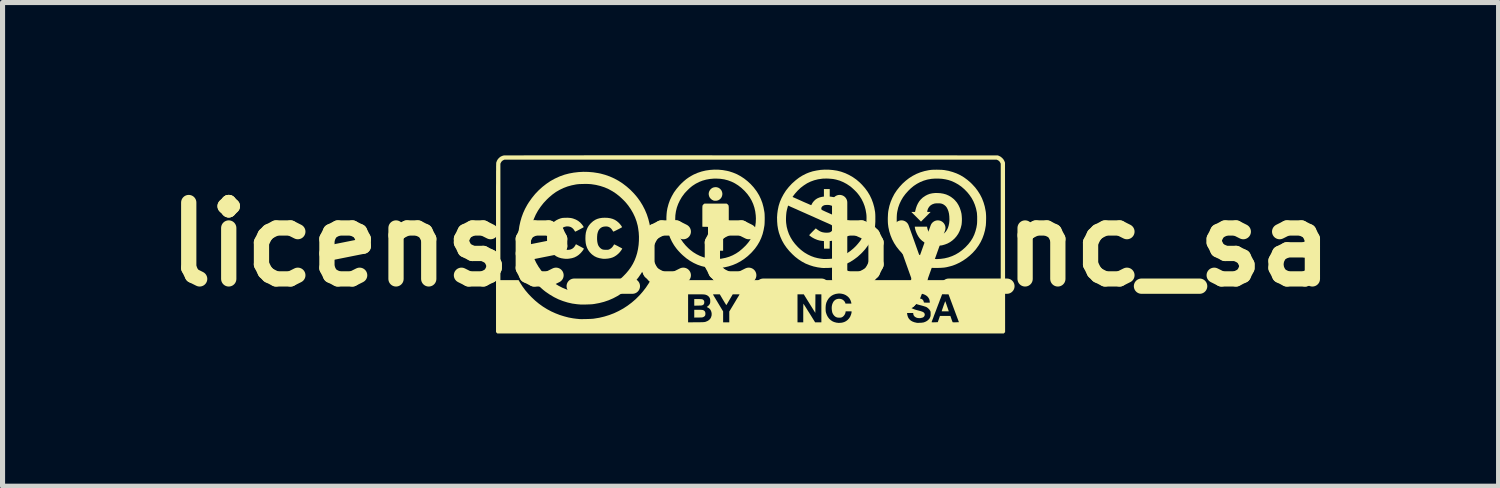
<source format=kicad_pcb>
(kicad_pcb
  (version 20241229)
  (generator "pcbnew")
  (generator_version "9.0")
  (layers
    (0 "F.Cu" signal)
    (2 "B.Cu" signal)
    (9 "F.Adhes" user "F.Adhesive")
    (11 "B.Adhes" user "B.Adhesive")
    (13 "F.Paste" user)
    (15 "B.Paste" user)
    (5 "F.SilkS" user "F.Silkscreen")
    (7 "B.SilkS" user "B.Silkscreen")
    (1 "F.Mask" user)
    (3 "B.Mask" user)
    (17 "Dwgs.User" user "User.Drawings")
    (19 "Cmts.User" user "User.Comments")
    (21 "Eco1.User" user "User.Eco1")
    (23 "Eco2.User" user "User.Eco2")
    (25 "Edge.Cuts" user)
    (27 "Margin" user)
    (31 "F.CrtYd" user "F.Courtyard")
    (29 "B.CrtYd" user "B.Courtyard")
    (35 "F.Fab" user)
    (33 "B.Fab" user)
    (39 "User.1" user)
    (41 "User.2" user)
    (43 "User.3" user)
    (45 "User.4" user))
  (footprint "license_cc_by_nc_sa"
    (layer "F.Cu")
    (at 11.693 1.75)
    (property "Reference" "license_cc_by_nc_sa" (at 0 0 0) (layer "F.SilkS") (effects (font (size 1.5 1.5) (thickness 0.3))))
    (attr board_only exclude_from_pos_files exclude_from_bom)
    (fp_poly (pts (xy 3.828 1.127) (xy 3.831 1.134) (xy 3.836 1.147) (xy 3.842 1.165) (xy 3.85 1.187) (xy 3.858 1.212) (xy 3.864 1.228) (xy 3.894 1.316) (xy 3.824 1.316) (xy 3.802 1.316) (xy 3.782 1.316) (xy 3.767 1.315) (xy 3.757 1.314) (xy 3.754 1.313) (xy 3.755 1.309) (xy 3.759 1.298) (xy 3.764 1.283) (xy 3.771 1.263) (xy 3.779 1.24) (xy 3.787 1.216) (xy 3.796 1.191) (xy 3.805 1.167) (xy 3.813 1.144) (xy 3.819 1.129) (xy 3.824 1.115)) (stroke (width 0) (type solid)) (fill yes) (layer "F.SilkS"))
    (fp_poly (pts (xy -1.028 1.075) (xy -1.001 1.075) (xy -0.981 1.076) (xy -0.966 1.077) (xy -0.955 1.078) (xy -0.948 1.08) (xy -0.942 1.082) (xy -0.938 1.084) (xy -0.922 1.096) (xy -0.913 1.11) (xy -0.909 1.128) (xy -0.909 1.136) (xy -0.911 1.158) (xy -0.918 1.175) (xy -0.931 1.188) (xy -0.939 1.192) (xy -0.945 1.195) (xy -0.952 1.198) (xy -0.96 1.199) (xy -0.971 1.201) (xy -0.987 1.201) (xy -1.007 1.202) (xy -1.03 1.203) (xy -1.106 1.204) (xy -1.106 1.139) (xy -1.106 1.074)) (stroke (width 0) (type solid)) (fill yes) (layer "F.SilkS"))
    (fp_poly (pts (xy -0.998 1.285) (xy -0.976 1.286) (xy -0.958 1.287) (xy -0.946 1.288) (xy -0.936 1.29) (xy -0.933 1.291) (xy -0.913 1.301) (xy -0.899 1.315) (xy -0.89 1.333) (xy -0.887 1.357) (xy -0.887 1.365) (xy -0.889 1.387) (xy -0.896 1.404) (xy -0.91 1.417) (xy -0.924 1.426) (xy -0.931 1.429) (xy -0.938 1.432) (xy -0.945 1.433) (xy -0.955 1.435) (xy -0.969 1.436) (xy -0.987 1.436) (xy -1.011 1.437) (xy -1.024 1.437) (xy -1.106 1.438) (xy -1.106 1.362) (xy -1.106 1.285) (xy -1.028 1.285)) (stroke (width 0) (type solid)) (fill yes) (layer "F.SilkS"))
    (fp_poly (pts (xy -0.661 -1.122) (xy -0.631 -1.112) (xy -0.612 -1.101) (xy -0.589 -1.081) (xy -0.571 -1.057) (xy -0.56 -1.03) (xy -0.554 -1.002) (xy -0.555 -0.972) (xy -0.562 -0.944) (xy -0.575 -0.917) (xy -0.589 -0.899) (xy -0.612 -0.879) (xy -0.637 -0.865) (xy -0.666 -0.858) (xy -0.682 -0.857) (xy -0.704 -0.857) (xy -0.722 -0.859) (xy -0.727 -0.861) (xy -0.757 -0.875) (xy -0.781 -0.895) (xy -0.801 -0.918) (xy -0.814 -0.945) (xy -0.821 -0.973) (xy -0.822 -1.002) (xy -0.816 -1.032) (xy -0.802 -1.06) (xy -0.795 -1.071) (xy -0.774 -1.093) (xy -0.749 -1.11) (xy -0.721 -1.12) (xy -0.691 -1.124)) (stroke (width 0) (type solid)) (fill yes) (layer "F.SilkS"))
    (fp_poly (pts (xy -0.457 -0.792) (xy -0.446 -0.782) (xy -0.436 -0.771) (xy -0.436 -0.77) (xy -0.434 -0.766) (xy -0.433 -0.763) (xy -0.431 -0.758) (xy -0.43 -0.752) (xy -0.43 -0.743) (xy -0.429 -0.732) (xy -0.428 -0.716) (xy -0.428 -0.697) (xy -0.428 -0.672) (xy -0.428 -0.642) (xy -0.428 -0.605) (xy -0.428 -0.561) (xy -0.428 -0.551) (xy -0.428 -0.346) (xy -0.483 -0.345) (xy -0.539 -0.344) (xy -0.539 -0.109) (xy -0.539 0.125) (xy -0.688 0.125) (xy -0.836 0.125) (xy -0.836 -0.109) (xy -0.836 -0.344) (xy -0.892 -0.345) (xy -0.947 -0.346) (xy -0.947 -0.551) (xy -0.947 -0.596) (xy -0.947 -0.634) (xy -0.947 -0.666) (xy -0.947 -0.692) (xy -0.947 -0.712) (xy -0.946 -0.729) (xy -0.946 -0.741) (xy -0.945 -0.75) (xy -0.944 -0.757) (xy -0.943 -0.762) (xy -0.941 -0.766) (xy -0.94 -0.769) (xy -0.939 -0.77) (xy -0.93 -0.781) (xy -0.919 -0.791) (xy -0.918 -0.792) (xy -0.905 -0.801) (xy -0.688 -0.801) (xy -0.47 -0.801)) (stroke (width 0) (type solid)) (fill yes) (layer "F.SilkS"))
    (fp_poly (pts (xy -2.807 -0.521) (xy -2.755 -0.513) (xy -2.708 -0.5) (xy -2.665 -0.481) (xy -2.625 -0.455) (xy -2.589 -0.424) (xy -2.584 -0.419) (xy -2.573 -0.407) (xy -2.561 -0.393) (xy -2.549 -0.378) (xy -2.538 -0.363) (xy -2.53 -0.35) (xy -2.525 -0.341) (xy -2.524 -0.337) (xy -2.527 -0.335) (xy -2.536 -0.33) (xy -2.55 -0.322) (xy -2.567 -0.313) (xy -2.587 -0.302) (xy -2.608 -0.292) (xy -2.629 -0.281) (xy -2.649 -0.271) (xy -2.667 -0.262) (xy -2.681 -0.256) (xy -2.691 -0.251) (xy -2.695 -0.25) (xy -2.698 -0.253) (xy -2.704 -0.261) (xy -2.712 -0.273) (xy -2.714 -0.276) (xy -2.734 -0.305) (xy -2.758 -0.327) (xy -2.785 -0.342) (xy -2.817 -0.351) (xy -2.842 -0.352) (xy -2.881 -0.349) (xy -2.914 -0.34) (xy -2.942 -0.324) (xy -2.966 -0.302) (xy -2.986 -0.274) (xy -3 -0.24) (xy -3.01 -0.2) (xy -3.014 -0.154) (xy -3.015 -0.104) (xy -3.012 -0.062) (xy -3.006 -0.027) (xy -2.998 0.003) (xy -2.987 0.028) (xy -2.972 0.05) (xy -2.957 0.067) (xy -2.94 0.082) (xy -2.923 0.093) (xy -2.904 0.101) (xy -2.882 0.105) (xy -2.854 0.107) (xy -2.842 0.107) (xy -2.822 0.107) (xy -2.807 0.107) (xy -2.796 0.105) (xy -2.787 0.103) (xy -2.777 0.099) (xy -2.769 0.095) (xy -2.74 0.077) (xy -2.715 0.053) (xy -2.695 0.025) (xy -2.693 0.022) (xy -2.687 0.011) (xy -2.681 0.003) (xy -2.679 0.000009) (xy -2.674 0.002) (xy -2.664 0.006) (xy -2.649 0.014) (xy -2.632 0.022) (xy -2.612 0.032) (xy -2.592 0.043) (xy -2.572 0.054) (xy -2.554 0.063) (xy -2.538 0.072) (xy -2.527 0.078) (xy -2.521 0.082) (xy -2.52 0.083) (xy -2.522 0.087) (xy -2.527 0.096) (xy -2.535 0.108) (xy -2.54 0.116) (xy -2.568 0.153) (xy -2.601 0.187) (xy -2.638 0.217) (xy -2.676 0.241) (xy -2.71 0.257) (xy -2.752 0.27) (xy -2.799 0.279) (xy -2.847 0.283) (xy -2.895 0.283) (xy -2.914 0.281) (xy -2.969 0.271) (xy -3.019 0.256) (xy -3.065 0.234) (xy -3.106 0.205) (xy -3.128 0.186) (xy -3.162 0.15) (xy -3.189 0.112) (xy -3.211 0.07) (xy -3.227 0.025) (xy -3.238 -0.025) (xy -3.243 -0.08) (xy -3.244 -0.119) (xy -3.242 -0.178) (xy -3.235 -0.231) (xy -3.222 -0.279) (xy -3.204 -0.323) (xy -3.181 -0.363) (xy -3.151 -0.401) (xy -3.13 -0.422) (xy -3.093 -0.455) (xy -3.053 -0.481) (xy -3.011 -0.5) (xy -2.966 -0.513) (xy -2.916 -0.521) (xy -2.865 -0.523)) (stroke (width 0) (type solid)) (fill yes) (layer "F.SilkS"))
    (fp_poly (pts (xy -3.562 -0.521) (xy -3.531 -0.518) (xy -3.502 -0.512) (xy -3.479 -0.505) (xy -3.43 -0.486) (xy -3.386 -0.461) (xy -3.346 -0.429) (xy -3.312 -0.392) (xy -3.294 -0.367) (xy -3.286 -0.355) (xy -3.28 -0.345) (xy -3.278 -0.339) (xy -3.278 -0.338) (xy -3.281 -0.336) (xy -3.29 -0.33) (xy -3.304 -0.322) (xy -3.321 -0.313) (xy -3.341 -0.302) (xy -3.361 -0.291) (xy -3.382 -0.28) (xy -3.401 -0.27) (xy -3.419 -0.261) (xy -3.432 -0.255) (xy -3.441 -0.251) (xy -3.444 -0.25) (xy -3.448 -0.253) (xy -3.454 -0.262) (xy -3.461 -0.273) (xy -3.461 -0.274) (xy -3.482 -0.303) (xy -3.507 -0.326) (xy -3.536 -0.342) (xy -3.568 -0.351) (xy -3.603 -0.353) (xy -3.62 -0.352) (xy -3.654 -0.344) (xy -3.684 -0.33) (xy -3.709 -0.31) (xy -3.729 -0.284) (xy -3.745 -0.251) (xy -3.757 -0.213) (xy -3.76 -0.191) (xy -3.763 -0.163) (xy -3.764 -0.132) (xy -3.763 -0.101) (xy -3.762 -0.071) (xy -3.759 -0.045) (xy -3.757 -0.031) (xy -3.747 0.001) (xy -3.734 0.031) (xy -3.717 0.057) (xy -3.703 0.072) (xy -3.681 0.088) (xy -3.656 0.099) (xy -3.627 0.106) (xy -3.603 0.108) (xy -3.565 0.107) (xy -3.531 0.099) (xy -3.5 0.084) (xy -3.473 0.062) (xy -3.451 0.034) (xy -3.442 0.019) (xy -3.43 -0.003) (xy -3.352 0.039) (xy -3.329 0.051) (xy -3.309 0.062) (xy -3.293 0.071) (xy -3.281 0.078) (xy -3.275 0.083) (xy -3.274 0.084) (xy -3.276 0.091) (xy -3.283 0.101) (xy -3.292 0.116) (xy -3.304 0.132) (xy -3.317 0.148) (xy -3.33 0.163) (xy -3.337 0.171) (xy -3.375 0.206) (xy -3.416 0.234) (xy -3.46 0.256) (xy -3.508 0.271) (xy -3.561 0.28) (xy -3.567 0.281) (xy -3.589 0.283) (xy -3.607 0.284) (xy -3.623 0.284) (xy -3.641 0.283) (xy -3.663 0.281) (xy -3.665 0.281) (xy -3.72 0.272) (xy -3.77 0.257) (xy -3.816 0.235) (xy -3.858 0.207) (xy -3.886 0.182) (xy -3.92 0.145) (xy -3.948 0.104) (xy -3.969 0.058) (xy -3.985 0.007) (xy -3.993 -0.027) (xy -3.996 -0.049) (xy -3.997 -0.076) (xy -3.998 -0.107) (xy -3.998 -0.139) (xy -3.997 -0.17) (xy -3.994 -0.197) (xy -3.991 -0.219) (xy -3.991 -0.22) (xy -3.977 -0.274) (xy -3.956 -0.323) (xy -3.929 -0.369) (xy -3.897 -0.409) (xy -3.859 -0.444) (xy -3.816 -0.474) (xy -3.769 -0.497) (xy -3.733 -0.51) (xy -3.717 -0.514) (xy -3.703 -0.518) (xy -3.687 -0.52) (xy -3.668 -0.521) (xy -3.645 -0.522) (xy -3.636 -0.522) (xy -3.596 -0.523)) (stroke (width 0) (type solid)) (fill yes) (layer "F.SilkS"))
    (fp_poly (pts (xy 3.724 -1.006) (xy 3.785 -0.996) (xy 3.842 -0.98) (xy 3.896 -0.956) (xy 3.945 -0.926) (xy 3.991 -0.89) (xy 4.015 -0.866) (xy 4.053 -0.821) (xy 4.084 -0.771) (xy 4.11 -0.716) (xy 4.13 -0.656) (xy 4.142 -0.608) (xy 4.146 -0.578) (xy 4.149 -0.543) (xy 4.151 -0.506) (xy 4.151 -0.468) (xy 4.149 -0.431) (xy 4.146 -0.399) (xy 4.144 -0.383) (xy 4.128 -0.32) (xy 4.106 -0.261) (xy 4.078 -0.206) (xy 4.043 -0.156) (xy 4.005 -0.113) (xy 3.962 -0.075) (xy 3.917 -0.043) (xy 3.869 -0.017) (xy 3.817 0.003) (xy 3.764 0.018) (xy 3.745 0.021) (xy 3.72 0.023) (xy 3.692 0.025) (xy 3.662 0.026) (xy 3.632 0.026) (xy 3.604 0.025) (xy 3.581 0.023) (xy 3.565 0.021) (xy 3.513 0.008) (xy 3.462 -0.012) (xy 3.415 -0.037) (xy 3.372 -0.068) (xy 3.335 -0.103) (xy 3.318 -0.123) (xy 3.296 -0.154) (xy 3.275 -0.191) (xy 3.257 -0.23) (xy 3.242 -0.269) (xy 3.232 -0.307) (xy 3.228 -0.328) (xy 3.226 -0.348) (xy 3.346 -0.348) (xy 3.467 -0.348) (xy 3.471 -0.321) (xy 3.481 -0.285) (xy 3.496 -0.253) (xy 3.518 -0.226) (xy 3.545 -0.205) (xy 3.577 -0.189) (xy 3.594 -0.184) (xy 3.616 -0.179) (xy 3.643 -0.176) (xy 3.67 -0.174) (xy 3.696 -0.175) (xy 3.709 -0.176) (xy 3.746 -0.185) (xy 3.779 -0.201) (xy 3.809 -0.223) (xy 3.836 -0.251) (xy 3.858 -0.285) (xy 3.877 -0.324) (xy 3.891 -0.368) (xy 3.901 -0.417) (xy 3.906 -0.47) (xy 3.906 -0.497) (xy 3.904 -0.551) (xy 3.898 -0.602) (xy 3.887 -0.648) (xy 3.872 -0.688) (xy 3.854 -0.723) (xy 3.832 -0.751) (xy 3.806 -0.773) (xy 3.804 -0.774) (xy 3.784 -0.787) (xy 3.766 -0.795) (xy 3.747 -0.801) (xy 3.726 -0.805) (xy 3.701 -0.806) (xy 3.682 -0.806) (xy 3.656 -0.806) (xy 3.636 -0.805) (xy 3.621 -0.803) (xy 3.607 -0.8) (xy 3.604 -0.799) (xy 3.566 -0.785) (xy 3.535 -0.765) (xy 3.51 -0.74) (xy 3.49 -0.71) (xy 3.476 -0.675) (xy 3.475 -0.669) (xy 3.471 -0.654) (xy 3.47 -0.645) (xy 3.472 -0.639) (xy 3.48 -0.637) (xy 3.493 -0.637) (xy 3.503 -0.637) (xy 3.537 -0.637) (xy 3.443 -0.542) (xy 3.348 -0.447) (xy 3.253 -0.542) (xy 3.158 -0.637) (xy 3.194 -0.637) (xy 3.231 -0.637) (xy 3.233 -0.648) (xy 3.248 -0.707) (xy 3.266 -0.759) (xy 3.288 -0.805) (xy 3.314 -0.847) (xy 3.344 -0.883) (xy 3.379 -0.916) (xy 3.384 -0.92) (xy 3.427 -0.95) (xy 3.472 -0.974) (xy 3.519 -0.992) (xy 3.57 -1.003) (xy 3.626 -1.009) (xy 3.658 -1.009)) (stroke (width 0) (type solid)) (fill yes) (layer "F.SilkS"))
    (fp_poly (pts (xy 3.692 -1.466) (xy 3.728 -1.465) (xy 3.76 -1.464) (xy 3.788 -1.461) (xy 3.803 -1.46) (xy 3.889 -1.444) (xy 3.971 -1.421) (xy 4.048 -1.393) (xy 4.122 -1.358) (xy 4.192 -1.316) (xy 4.259 -1.267) (xy 4.324 -1.211) (xy 4.353 -1.182) (xy 4.412 -1.118) (xy 4.463 -1.05) (xy 4.508 -0.979) (xy 4.546 -0.904) (xy 4.576 -0.826) (xy 4.6 -0.745) (xy 4.617 -0.659) (xy 4.622 -0.627) (xy 4.624 -0.602) (xy 4.626 -0.572) (xy 4.627 -0.537) (xy 4.627 -0.501) (xy 4.626 -0.463) (xy 4.625 -0.428) (xy 4.623 -0.396) (xy 4.621 -0.369) (xy 4.62 -0.363) (xy 4.605 -0.278) (xy 4.583 -0.197) (xy 4.555 -0.12) (xy 4.52 -0.046) (xy 4.478 0.024) (xy 4.429 0.092) (xy 4.416 0.108) (xy 4.363 0.167) (xy 4.304 0.222) (xy 4.241 0.273) (xy 4.174 0.319) (xy 4.105 0.359) (xy 4.035 0.392) (xy 3.994 0.408) (xy 3.964 0.419) (xy 3.928 0.429) (xy 3.889 0.439) (xy 3.851 0.448) (xy 3.816 0.454) (xy 3.809 0.455) (xy 3.789 0.457) (xy 3.764 0.459) (xy 3.734 0.461) (xy 3.702 0.462) (xy 3.669 0.463) (xy 3.636 0.463) (xy 3.607 0.463) (xy 3.581 0.462) (xy 3.562 0.461) (xy 3.561 0.461) (xy 3.474 0.448) (xy 3.392 0.428) (xy 3.313 0.402) (xy 3.238 0.368) (xy 3.165 0.328) (xy 3.096 0.28) (xy 3.029 0.225) (xy 2.98 0.18) (xy 2.92 0.114) (xy 2.866 0.046) (xy 2.82 -0.025) (xy 2.781 -0.099) (xy 2.75 -0.175) (xy 2.725 -0.255) (xy 2.707 -0.339) (xy 2.699 -0.402) (xy 2.697 -0.436) (xy 2.696 -0.476) (xy 2.696 -0.512) (xy 2.871 -0.512) (xy 2.871 -0.473) (xy 2.872 -0.436) (xy 2.875 -0.403) (xy 2.877 -0.389) (xy 2.892 -0.313) (xy 2.914 -0.24) (xy 2.942 -0.171) (xy 2.978 -0.105) (xy 3.021 -0.041) (xy 3.071 0.019) (xy 3.103 0.053) (xy 3.163 0.107) (xy 3.226 0.155) (xy 3.292 0.195) (xy 3.361 0.228) (xy 3.432 0.255) (xy 3.506 0.273) (xy 3.581 0.285) (xy 3.658 0.289) (xy 3.733 0.285) (xy 3.811 0.274) (xy 3.886 0.256) (xy 3.958 0.231) (xy 4.027 0.199) (xy 4.093 0.16) (xy 4.157 0.113) (xy 4.218 0.059) (xy 4.228 0.049) (xy 4.28 -0.007) (xy 4.325 -0.065) (xy 4.363 -0.126) (xy 4.394 -0.191) (xy 4.418 -0.259) (xy 4.437 -0.332) (xy 4.444 -0.374) (xy 4.448 -0.4) (xy 4.45 -0.433) (xy 4.451 -0.469) (xy 4.451 -0.507) (xy 4.451 -0.544) (xy 4.449 -0.579) (xy 4.447 -0.61) (xy 4.445 -0.627) (xy 4.429 -0.704) (xy 4.406 -0.777) (xy 4.377 -0.846) (xy 4.341 -0.912) (xy 4.297 -0.975) (xy 4.259 -1.022) (xy 4.202 -1.081) (xy 4.142 -1.133) (xy 4.079 -1.177) (xy 4.013 -1.214) (xy 3.944 -1.245) (xy 3.886 -1.264) (xy 3.825 -1.278) (xy 3.759 -1.288) (xy 3.691 -1.292) (xy 3.622 -1.292) (xy 3.554 -1.287) (xy 3.49 -1.276) (xy 3.47 -1.272) (xy 3.399 -1.251) (xy 3.331 -1.223) (xy 3.267 -1.189) (xy 3.205 -1.148) (xy 3.146 -1.099) (xy 3.095 -1.049) (xy 3.041 -0.988) (xy 2.995 -0.926) (xy 2.957 -0.861) (xy 2.925 -0.793) (xy 2.9 -0.723) (xy 2.883 -0.649) (xy 2.877 -0.615) (xy 2.874 -0.585) (xy 2.872 -0.55) (xy 2.871 -0.512) (xy 2.696 -0.512) (xy 2.696 -0.518) (xy 2.698 -0.562) (xy 2.7 -0.604) (xy 2.704 -0.643) (xy 2.709 -0.672) (xy 2.727 -0.756) (xy 2.753 -0.837) (xy 2.786 -0.915) (xy 2.825 -0.99) (xy 2.872 -1.061) (xy 2.927 -1.13) (xy 2.984 -1.192) (xy 3.048 -1.25) (xy 3.115 -1.302) (xy 3.185 -1.346) (xy 3.258 -1.384) (xy 3.335 -1.415) (xy 3.415 -1.439) (xy 3.5 -1.457) (xy 3.535 -1.462) (xy 3.558 -1.464) (xy 3.587 -1.466) (xy 3.62 -1.466) (xy 3.656 -1.467)) (stroke (width 0) (type solid)) (fill yes) (layer "F.SilkS"))
    (fp_poly (pts (xy -0.63 -1.467) (xy -0.545 -1.459) (xy -0.461 -1.444) (xy -0.419 -1.434) (xy -0.343 -1.409) (xy -0.268 -1.378) (xy -0.196 -1.339) (xy -0.127 -1.294) (xy -0.061 -1.242) (xy 0.001 -1.185) (xy 0.058 -1.123) (xy 0.11 -1.055) (xy 0.126 -1.032) (xy 0.168 -0.963) (xy 0.203 -0.889) (xy 0.232 -0.812) (xy 0.254 -0.73) (xy 0.27 -0.645) (xy 0.274 -0.619) (xy 0.276 -0.593) (xy 0.277 -0.562) (xy 0.278 -0.527) (xy 0.278 -0.489) (xy 0.277 -0.452) (xy 0.276 -0.417) (xy 0.274 -0.386) (xy 0.272 -0.369) (xy 0.257 -0.284) (xy 0.237 -0.203) (xy 0.209 -0.125) (xy 0.175 -0.052) (xy 0.133 0.019) (xy 0.085 0.086) (xy 0.029 0.15) (xy 0.01 0.17) (xy -0.056 0.232) (xy -0.125 0.286) (xy -0.197 0.333) (xy -0.271 0.373) (xy -0.349 0.406) (xy -0.43 0.432) (xy -0.515 0.452) (xy -0.537 0.455) (xy -0.556 0.458) (xy -0.58 0.459) (xy -0.609 0.461) (xy -0.641 0.462) (xy -0.675 0.463) (xy -0.708 0.463) (xy -0.739 0.463) (xy -0.766 0.463) (xy -0.789 0.461) (xy -0.797 0.461) (xy -0.882 0.447) (xy -0.964 0.427) (xy -1.042 0.4) (xy -1.118 0.365) (xy -1.191 0.323) (xy -1.261 0.274) (xy -1.329 0.217) (xy -1.364 0.184) (xy -1.393 0.154) (xy -1.418 0.127) (xy -1.439 0.103) (xy -1.459 0.078) (xy -1.479 0.051) (xy -1.5 0.021) (xy -1.503 0.017) (xy -1.545 -0.054) (xy -1.58 -0.128) (xy -1.609 -0.205) (xy -1.631 -0.286) (xy -1.646 -0.369) (xy -1.647 -0.377) (xy -1.651 -0.426) (xy -1.653 -0.479) (xy -1.653 -0.496) (xy -1.48 -0.496) (xy -1.476 -0.419) (xy -1.464 -0.342) (xy -1.455 -0.305) (xy -1.434 -0.235) (xy -1.404 -0.167) (xy -1.368 -0.101) (xy -1.325 -0.038) (xy -1.276 0.021) (xy -1.221 0.077) (xy -1.188 0.106) (xy -1.127 0.153) (xy -1.062 0.193) (xy -0.996 0.226) (xy -0.928 0.252) (xy -0.858 0.271) (xy -0.797 0.281) (xy -0.779 0.283) (xy -0.763 0.285) (xy -0.751 0.286) (xy -0.748 0.287) (xy -0.736 0.288) (xy -0.717 0.288) (xy -0.694 0.288) (xy -0.669 0.287) (xy -0.642 0.286) (xy -0.616 0.284) (xy -0.592 0.283) (xy -0.572 0.281) (xy -0.563 0.279) (xy -0.489 0.264) (xy -0.419 0.243) (xy -0.352 0.215) (xy -0.287 0.18) (xy -0.225 0.139) (xy -0.165 0.089) (xy -0.106 0.033) (xy -0.105 0.033) (xy -0.071 -0.005) (xy -0.041 -0.041) (xy -0.015 -0.078) (xy 0.008 -0.116) (xy 0.021 -0.141) (xy 0.052 -0.209) (xy 0.076 -0.28) (xy 0.092 -0.354) (xy 0.102 -0.431) (xy 0.105 -0.509) (xy 0.102 -0.569) (xy 0.092 -0.648) (xy 0.075 -0.722) (xy 0.051 -0.794) (xy 0.02 -0.862) (xy -0.018 -0.927) (xy -0.063 -0.989) (xy -0.115 -1.048) (xy -0.123 -1.056) (xy -0.182 -1.111) (xy -0.244 -1.159) (xy -0.308 -1.199) (xy -0.375 -1.232) (xy -0.445 -1.258) (xy -0.518 -1.277) (xy -0.593 -1.288) (xy -0.672 -1.292) (xy -0.717 -1.292) (xy -0.796 -1.285) (xy -0.871 -1.272) (xy -0.943 -1.252) (xy -1.012 -1.225) (xy -1.078 -1.191) (xy -1.141 -1.15) (xy -1.15 -1.143) (xy -1.172 -1.125) (xy -1.197 -1.104) (xy -1.223 -1.079) (xy -1.249 -1.053) (xy -1.274 -1.027) (xy -1.295 -1.004) (xy -1.303 -0.994) (xy -1.35 -0.93) (xy -1.389 -0.863) (xy -1.422 -0.794) (xy -1.448 -0.722) (xy -1.466 -0.648) (xy -1.477 -0.573) (xy -1.48 -0.496) (xy -1.653 -0.496) (xy -1.653 -0.534) (xy -1.65 -0.589) (xy -1.645 -0.642) (xy -1.637 -0.69) (xy -1.633 -0.711) (xy -1.611 -0.793) (xy -1.583 -0.871) (xy -1.547 -0.946) (xy -1.506 -1.018) (xy -1.456 -1.087) (xy -1.4 -1.153) (xy -1.365 -1.19) (xy -1.314 -1.238) (xy -1.263 -1.281) (xy -1.21 -1.318) (xy -1.153 -1.352) (xy -1.114 -1.373) (xy -1.04 -1.405) (xy -0.962 -1.431) (xy -0.882 -1.45) (xy -0.799 -1.462) (xy -0.715 -1.468)) (stroke (width 0) (type solid)) (fill yes) (layer "F.SilkS"))
    (fp_poly (pts (xy -3.186 -1.423) (xy -3.09 -1.415) (xy -2.994 -1.4) (xy -2.945 -1.39) (xy -2.854 -1.365) (xy -2.764 -1.333) (xy -2.677 -1.294) (xy -2.592 -1.248) (xy -2.511 -1.195) (xy -2.433 -1.135) (xy -2.358 -1.069) (xy -2.288 -0.997) (xy -2.23 -0.929) (xy -2.172 -0.85) (xy -2.121 -0.767) (xy -2.076 -0.68) (xy -2.038 -0.59) (xy -2.008 -0.498) (xy -1.984 -0.402) (xy -1.983 -0.395) (xy -1.976 -0.357) (xy -1.971 -0.323) (xy -1.966 -0.291) (xy -1.963 -0.258) (xy -1.961 -0.223) (xy -1.96 -0.184) (xy -1.959 -0.14) (xy -1.959 -0.121) (xy -1.96 -0.081) (xy -1.96 -0.047) (xy -1.961 -0.017) (xy -1.962 0.009) (xy -1.965 0.035) (xy -1.968 0.061) (xy -1.972 0.089) (xy -1.977 0.121) (xy -1.977 0.121) (xy -1.997 0.217) (xy -2.024 0.309) (xy -2.058 0.399) (xy -2.099 0.486) (xy -2.147 0.569) (xy -2.202 0.649) (xy -2.263 0.725) (xy -2.331 0.797) (xy -2.405 0.866) (xy -2.486 0.93) (xy -2.532 0.962) (xy -2.615 1.015) (xy -2.7 1.06) (xy -2.788 1.098) (xy -2.879 1.129) (xy -2.973 1.153) (xy -3.071 1.171) (xy -3.11 1.176) (xy -3.124 1.177) (xy -3.144 1.178) (xy -3.168 1.179) (xy -3.196 1.18) (xy -3.225 1.181) (xy -3.254 1.182) (xy -3.282 1.182) (xy -3.306 1.182) (xy -3.327 1.182) (xy -3.342 1.182) (xy -3.346 1.181) (xy -3.356 1.18) (xy -3.372 1.179) (xy -3.391 1.177) (xy -3.406 1.176) (xy -3.501 1.163) (xy -3.593 1.142) (xy -3.684 1.114) (xy -3.774 1.079) (xy -3.861 1.036) (xy -3.945 0.986) (xy -4.027 0.93) (xy -4.07 0.896) (xy -4.092 0.877) (xy -4.118 0.854) (xy -4.146 0.827) (xy -4.175 0.799) (xy -4.203 0.77) (xy -4.23 0.742) (xy -4.254 0.716) (xy -4.273 0.693) (xy -4.274 0.691) (xy -4.335 0.611) (xy -4.389 0.529) (xy -4.435 0.444) (xy -4.473 0.356) (xy -4.505 0.266) (xy -4.53 0.172) (xy -4.548 0.074) (xy -4.553 0.035) (xy -4.556 0.008) (xy -4.558 -0.025) (xy -4.559 -0.062) (xy -4.56 -0.101) (xy -4.56 -0.14) (xy -4.56 -0.16) (xy -4.326 -0.16) (xy -4.325 -0.069) (xy -4.324 -0.058) (xy -4.315 0.033) (xy -4.299 0.121) (xy -4.277 0.205) (xy -4.247 0.285) (xy -4.21 0.363) (xy -4.166 0.438) (xy -4.115 0.511) (xy -4.056 0.581) (xy -3.99 0.649) (xy -3.989 0.649) (xy -3.92 0.711) (xy -3.847 0.766) (xy -3.772 0.813) (xy -3.694 0.853) (xy -3.613 0.886) (xy -3.528 0.912) (xy -3.44 0.93) (xy -3.357 0.942) (xy -3.332 0.943) (xy -3.302 0.944) (xy -3.267 0.944) (xy -3.231 0.943) (xy -3.194 0.942) (xy -3.159 0.94) (xy -3.127 0.937) (xy -3.101 0.934) (xy -3.099 0.934) (xy -3.011 0.917) (xy -2.928 0.894) (xy -2.848 0.865) (xy -2.771 0.828) (xy -2.696 0.785) (xy -2.624 0.734) (xy -2.553 0.676) (xy -2.505 0.631) (xy -2.446 0.57) (xy -2.395 0.509) (xy -2.35 0.447) (xy -2.311 0.382) (xy -2.278 0.315) (xy -2.25 0.243) (xy -2.228 0.171) (xy -2.211 0.093) (xy -2.199 0.012) (xy -2.193 -0.07) (xy -2.192 -0.153) (xy -2.197 -0.236) (xy -2.208 -0.316) (xy -2.217 -0.367) (xy -2.24 -0.452) (xy -2.27 -0.534) (xy -2.308 -0.614) (xy -2.352 -0.69) (xy -2.403 -0.764) (xy -2.461 -0.834) (xy -2.5 -0.874) (xy -2.568 -0.938) (xy -2.638 -0.994) (xy -2.712 -1.043) (xy -2.788 -1.085) (xy -2.868 -1.12) (xy -2.951 -1.147) (xy -3.038 -1.168) (xy -3.128 -1.182) (xy -3.154 -1.184) (xy -3.185 -1.186) (xy -3.221 -1.187) (xy -3.258 -1.187) (xy -3.296 -1.186) (xy -3.334 -1.185) (xy -3.368 -1.184) (xy -3.398 -1.181) (xy -3.422 -1.178) (xy -3.424 -1.178) (xy -3.513 -1.16) (xy -3.596 -1.137) (xy -3.675 -1.107) (xy -3.75 -1.071) (xy -3.823 -1.029) (xy -3.892 -0.979) (xy -3.959 -0.922) (xy -4 -0.883) (xy -4.066 -0.813) (xy -4.124 -0.739) (xy -4.175 -0.664) (xy -4.219 -0.585) (xy -4.255 -0.504) (xy -4.284 -0.421) (xy -4.305 -0.336) (xy -4.32 -0.249) (xy -4.326 -0.16) (xy -4.56 -0.16) (xy -4.56 -0.178) (xy -4.559 -0.213) (xy -4.557 -0.243) (xy -4.556 -0.26) (xy -4.542 -0.356) (xy -4.522 -0.447) (xy -4.497 -0.534) (xy -4.466 -0.618) (xy -4.429 -0.699) (xy -4.385 -0.779) (xy -4.354 -0.828) (xy -4.295 -0.911) (xy -4.231 -0.99) (xy -4.162 -1.062) (xy -4.088 -1.129) (xy -4.011 -1.189) (xy -3.93 -1.244) (xy -3.845 -1.291) (xy -3.758 -1.331) (xy -3.738 -1.339) (xy -3.654 -1.369) (xy -3.565 -1.392) (xy -3.473 -1.409) (xy -3.379 -1.42) (xy -3.283 -1.425)) (stroke (width 0) (type solid)) (fill yes) (layer "F.SilkS"))
    (fp_poly (pts (xy 1.539 -1.467) (xy 1.619 -1.46) (xy 1.698 -1.448) (xy 1.773 -1.429) (xy 1.783 -1.426) (xy 1.861 -1.398) (xy 1.937 -1.362) (xy 2.01 -1.32) (xy 2.08 -1.271) (xy 2.145 -1.215) (xy 2.191 -1.169) (xy 2.248 -1.104) (xy 2.298 -1.036) (xy 2.341 -0.965) (xy 2.377 -0.89) (xy 2.406 -0.812) (xy 2.429 -0.73) (xy 2.445 -0.643) (xy 2.446 -0.637) (xy 2.448 -0.615) (xy 2.45 -0.587) (xy 2.451 -0.554) (xy 2.451 -0.518) (xy 2.451 -0.482) (xy 2.451 -0.446) (xy 2.449 -0.412) (xy 2.447 -0.381) (xy 2.445 -0.357) (xy 2.444 -0.35) (xy 2.428 -0.266) (xy 2.406 -0.186) (xy 2.377 -0.111) (xy 2.342 -0.039) (xy 2.3 0.03) (xy 2.251 0.096) (xy 2.194 0.159) (xy 2.167 0.186) (xy 2.101 0.246) (xy 2.031 0.298) (xy 1.959 0.344) (xy 1.884 0.382) (xy 1.806 0.413) (xy 1.724 0.437) (xy 1.639 0.454) (xy 1.633 0.455) (xy 1.617 0.457) (xy 1.595 0.459) (xy 1.569 0.46) (xy 1.54 0.462) (xy 1.51 0.463) (xy 1.481 0.463) (xy 1.453 0.464) (xy 1.429 0.464) (xy 1.411 0.463) (xy 1.404 0.463) (xy 1.317 0.451) (xy 1.235 0.433) (xy 1.157 0.408) (xy 1.082 0.378) (xy 1.011 0.34) (xy 0.942 0.295) (xy 0.876 0.244) (xy 0.822 0.194) (xy 0.76 0.13) (xy 0.705 0.063) (xy 0.658 -0.005) (xy 0.618 -0.076) (xy 0.585 -0.15) (xy 0.558 -0.227) (xy 0.557 -0.23) (xy 0.54 -0.3) (xy 0.528 -0.373) (xy 0.522 -0.449) (xy 0.521 -0.503) (xy 0.696 -0.503) (xy 0.696 -0.468) (xy 0.698 -0.436) (xy 0.699 -0.421) (xy 0.71 -0.345) (xy 0.729 -0.272) (xy 0.754 -0.202) (xy 0.787 -0.135) (xy 0.826 -0.071) (xy 0.873 -0.009) (xy 0.927 0.05) (xy 0.936 0.059) (xy 0.965 0.086) (xy 0.991 0.109) (xy 1.016 0.129) (xy 1.043 0.149) (xy 1.066 0.165) (xy 1.126 0.2) (xy 1.189 0.23) (xy 1.254 0.254) (xy 1.321 0.271) (xy 1.379 0.281) (xy 1.397 0.283) (xy 1.414 0.285) (xy 1.426 0.286) (xy 1.43 0.287) (xy 1.445 0.288) (xy 1.467 0.288) (xy 1.493 0.287) (xy 1.521 0.286) (xy 1.549 0.285) (xy 1.577 0.283) (xy 1.601 0.28) (xy 1.619 0.278) (xy 1.693 0.262) (xy 1.764 0.239) (xy 1.831 0.21) (xy 1.896 0.174) (xy 1.959 0.131) (xy 2.019 0.081) (xy 2.059 0.043) (xy 2.076 0.025) (xy 2.094 0.005) (xy 2.112 -0.016) (xy 2.129 -0.037) (xy 2.145 -0.057) (xy 2.159 -0.076) (xy 2.17 -0.093) (xy 2.177 -0.106) (xy 2.181 -0.115) (xy 2.181 -0.119) (xy 2.176 -0.121) (xy 2.165 -0.126) (xy 2.149 -0.133) (xy 2.128 -0.142) (xy 2.104 -0.153) (xy 2.076 -0.166) (xy 2.047 -0.179) (xy 2.016 -0.192) (xy 1.985 -0.206) (xy 1.954 -0.22) (xy 1.925 -0.232) (xy 1.898 -0.244) (xy 1.873 -0.255) (xy 1.853 -0.264) (xy 1.837 -0.271) (xy 1.826 -0.276) (xy 1.822 -0.277) (xy 1.822 -0.277) (xy 1.819 -0.274) (xy 1.815 -0.265) (xy 1.811 -0.252) (xy 1.81 -0.248) (xy 1.795 -0.214) (xy 1.774 -0.18) (xy 1.747 -0.15) (xy 1.716 -0.123) (xy 1.681 -0.101) (xy 1.674 -0.097) (xy 1.652 -0.088) (xy 1.628 -0.08) (xy 1.605 -0.073) (xy 1.584 -0.068) (xy 1.568 -0.066) (xy 1.568 -0.066) (xy 1.555 -0.066) (xy 1.554 0.009) (xy 1.553 0.084) (xy 1.498 0.084) (xy 1.443 0.084) (xy 1.442 0.009) (xy 1.441 -0.065) (xy 1.407 -0.068) (xy 1.362 -0.074) (xy 1.314 -0.087) (xy 1.267 -0.106) (xy 1.256 -0.111) (xy 1.237 -0.121) (xy 1.217 -0.132) (xy 1.198 -0.144) (xy 1.181 -0.156) (xy 1.167 -0.166) (xy 1.157 -0.174) (xy 1.153 -0.18) (xy 1.152 -0.181) (xy 1.155 -0.185) (xy 1.163 -0.194) (xy 1.174 -0.206) (xy 1.189 -0.221) (xy 1.206 -0.239) (xy 1.217 -0.25) (xy 1.281 -0.314) (xy 1.312 -0.29) (xy 1.347 -0.266) (xy 1.382 -0.248) (xy 1.417 -0.237) (xy 1.455 -0.231) (xy 1.49 -0.229) (xy 1.52 -0.23) (xy 1.544 -0.233) (xy 1.564 -0.239) (xy 1.58 -0.249) (xy 1.592 -0.259) (xy 1.606 -0.278) (xy 1.614 -0.299) (xy 1.618 -0.321) (xy 1.615 -0.342) (xy 1.607 -0.361) (xy 1.594 -0.377) (xy 1.583 -0.384) (xy 1.577 -0.387) (xy 1.564 -0.393) (xy 1.545 -0.402) (xy 1.521 -0.413) (xy 1.491 -0.426) (xy 1.457 -0.441) (xy 1.418 -0.458) (xy 1.376 -0.477) (xy 1.33 -0.498) (xy 1.282 -0.519) (xy 1.232 -0.542) (xy 1.179 -0.565) (xy 1.178 -0.566) (xy 1.125 -0.589) (xy 1.074 -0.612) (xy 1.026 -0.633) (xy 0.979 -0.654) (xy 0.936 -0.673) (xy 0.897 -0.691) (xy 0.862 -0.706) (xy 0.831 -0.72) (xy 0.805 -0.731) (xy 0.785 -0.74) (xy 0.772 -0.746) (xy 0.765 -0.75) (xy 0.765 -0.75) (xy 0.738 -0.762) (xy 0.734 -0.751) (xy 0.73 -0.738) (xy 0.725 -0.719) (xy 0.719 -0.697) (xy 0.713 -0.673) (xy 0.708 -0.649) (xy 0.705 -0.633) (xy 0.702 -0.606) (xy 0.699 -0.574) (xy 0.697 -0.539) (xy 0.696 -0.503) (xy 0.521 -0.503) (xy 0.52 -0.526) (xy 0.525 -0.602) (xy 0.534 -0.67) (xy 0.551 -0.753) (xy 0.576 -0.833) (xy 0.609 -0.91) (xy 0.62 -0.931) (xy 0.825 -0.931) (xy 0.829 -0.93) (xy 0.839 -0.925) (xy 0.855 -0.918) (xy 0.875 -0.909) (xy 0.9 -0.898) (xy 0.927 -0.886) (xy 0.956 -0.873) (xy 0.987 -0.859) (xy 1.018 -0.845) (xy 1.049 -0.831) (xy 1.079 -0.818) (xy 1.107 -0.806) (xy 1.133 -0.795) (xy 1.154 -0.785) (xy 1.172 -0.778) (xy 1.184 -0.772) (xy 1.19 -0.77) (xy 1.19 -0.77) (xy 1.193 -0.773) (xy 1.199 -0.782) (xy 1.205 -0.794) (xy 1.207 -0.798) (xy 1.223 -0.825) (xy 1.246 -0.852) (xy 1.272 -0.877) (xy 1.301 -0.897) (xy 1.317 -0.906) (xy 1.356 -0.922) (xy 1.395 -0.932) (xy 1.419 -0.936) (xy 1.441 -0.939) (xy 1.441 -1.012) (xy 1.441 -1.086) (xy 1.498 -1.086) (xy 1.555 -1.086) (xy 1.555 -1.012) (xy 1.555 -0.939) (xy 1.583 -0.936) (xy 1.637 -0.927) (xy 1.69 -0.91) (xy 1.741 -0.886) (xy 1.767 -0.87) (xy 1.797 -0.851) (xy 1.733 -0.785) (xy 1.67 -0.72) (xy 1.654 -0.729) (xy 1.627 -0.744) (xy 1.597 -0.758) (xy 1.568 -0.767) (xy 1.566 -0.768) (xy 1.542 -0.773) (xy 1.515 -0.775) (xy 1.488 -0.774) (xy 1.463 -0.772) (xy 1.442 -0.767) (xy 1.441 -0.766) (xy 1.42 -0.755) (xy 1.404 -0.741) (xy 1.393 -0.724) (xy 1.389 -0.706) (xy 1.391 -0.689) (xy 1.392 -0.686) (xy 1.395 -0.683) (xy 1.399 -0.679) (xy 1.406 -0.674) (xy 1.416 -0.669) (xy 1.431 -0.662) (xy 1.45 -0.653) (xy 1.474 -0.642) (xy 1.505 -0.628) (xy 1.513 -0.625) (xy 1.535 -0.615) (xy 1.564 -0.602) (xy 1.598 -0.587) (xy 1.637 -0.57) (xy 1.679 -0.551) (xy 1.725 -0.53) (xy 1.773 -0.509) (xy 1.823 -0.487) (xy 1.873 -0.465) (xy 1.923 -0.442) (xy 1.94 -0.435) (xy 1.986 -0.414) (xy 2.03 -0.395) (xy 2.072 -0.376) (xy 2.111 -0.359) (xy 2.146 -0.344) (xy 2.177 -0.33) (xy 2.203 -0.319) (xy 2.224 -0.31) (xy 2.24 -0.303) (xy 2.249 -0.299) (xy 2.252 -0.298) (xy 2.255 -0.302) (xy 2.258 -0.312) (xy 2.261 -0.321) (xy 2.267 -0.354) (xy 2.271 -0.392) (xy 2.275 -0.434) (xy 2.277 -0.478) (xy 2.278 -0.521) (xy 2.277 -0.561) (xy 2.274 -0.596) (xy 2.273 -0.602) (xy 2.26 -0.679) (xy 2.24 -0.753) (xy 2.213 -0.823) (xy 2.179 -0.891) (xy 2.138 -0.955) (xy 2.108 -0.994) (xy 2.089 -1.017) (xy 2.064 -1.043) (xy 2.038 -1.069) (xy 2.01 -1.095) (xy 1.983 -1.119) (xy 1.959 -1.139) (xy 1.953 -1.143) (xy 1.889 -1.186) (xy 1.822 -1.222) (xy 1.753 -1.251) (xy 1.681 -1.272) (xy 1.633 -1.282) (xy 1.603 -1.286) (xy 1.567 -1.289) (xy 1.528 -1.292) (xy 1.489 -1.293) (xy 1.451 -1.292) (xy 1.417 -1.291) (xy 1.402 -1.289) (xy 1.325 -1.278) (xy 1.25 -1.259) (xy 1.179 -1.233) (xy 1.111 -1.2) (xy 1.047 -1.159) (xy 0.985 -1.112) (xy 0.928 -1.058) (xy 0.873 -0.997) (xy 0.847 -0.963) (xy 0.838 -0.95) (xy 0.83 -0.94) (xy 0.826 -0.933) (xy 0.825 -0.931) (xy 0.62 -0.931) (xy 0.649 -0.985) (xy 0.695 -1.057) (xy 0.75 -1.126) (xy 0.811 -1.192) (xy 0.823 -1.203) (xy 0.887 -1.26) (xy 0.952 -1.31) (xy 1.021 -1.353) (xy 1.092 -1.389) (xy 1.149 -1.412) (xy 1.221 -1.435) (xy 1.298 -1.451) (xy 1.377 -1.463) (xy 1.457 -1.468)) (stroke (width 0) (type solid)) (fill yes) (layer "F.SilkS"))
    (fp_poly (pts (xy -2.094 -1.75) (xy -1.908 -1.75) (xy -1.716 -1.75) (xy -1.516 -1.75) (xy -1.309 -1.75) (xy -1.095 -1.75) (xy -0.873 -1.75) (xy -0.644 -1.749) (xy -0.407 -1.749) (xy -0.162 -1.749) (xy 0.012 -1.749) (xy 4.854 -1.748) (xy 4.876 -1.74) (xy 4.91 -1.723) (xy 4.94 -1.699) (xy 4.966 -1.671) (xy 4.985 -1.638) (xy 4.99 -1.626) (xy 4.998 -1.604) (xy 4.999 0.06) (xy 5 1.724) (xy 4.987 1.737) (xy 4.974 1.75) (xy 0 1.75) (xy -4.974 1.75) (xy -4.987 1.737) (xy -5 1.724) (xy -5 0.703) (xy -4.914 0.703) (xy -4.735 0.703) (xy -4.556 0.703) (xy -4.53 0.748) (xy -4.481 0.825) (xy -4.427 0.899) (xy -4.366 0.971) (xy -4.305 1.035) (xy -4.232 1.104) (xy -4.157 1.166) (xy -4.079 1.222) (xy -3.997 1.273) (xy -3.915 1.317) (xy -3.833 1.354) (xy -3.748 1.387) (xy -3.661 1.414) (xy -3.573 1.437) (xy -3.486 1.453) (xy -3.424 1.461) (xy -3.405 1.463) (xy -3.388 1.464) (xy -3.375 1.466) (xy -3.369 1.467) (xy -3.358 1.467) (xy -3.34 1.468) (xy -3.317 1.468) (xy -3.29 1.468) (xy -3.26 1.467) (xy -3.229 1.467) (xy -3.197 1.466) (xy -3.166 1.465) (xy -3.138 1.464) (xy -3.113 1.462) (xy -3.093 1.461) (xy -3.078 1.459) (xy -3.078 1.459) (xy -2.973 1.442) (xy -2.872 1.418) (xy -2.775 1.388) (xy -2.681 1.352) (xy -2.59 1.309) (xy -2.501 1.26) (xy -2.499 1.259) (xy -2.415 1.204) (xy -2.334 1.143) (xy -2.256 1.076) (xy -2.184 1.004) (xy -2.163 0.981) (xy -1.227 0.981) (xy -1.227 1.256) (xy -1.227 1.532) (xy -1.067 1.53) (xy -1.028 1.53) (xy -0.995 1.53) (xy -0.969 1.529) (xy -0.948 1.529) (xy -0.931 1.528) (xy -0.918 1.527) (xy -0.908 1.526) (xy -0.9 1.525) (xy -0.892 1.523) (xy -0.886 1.522) (xy -0.881 1.52) (xy -0.845 1.505) (xy -0.816 1.486) (xy -0.793 1.462) (xy -0.777 1.435) (xy -0.767 1.402) (xy -0.765 1.394) (xy -0.764 1.361) (xy -0.769 1.329) (xy -0.78 1.3) (xy -0.795 1.275) (xy -0.816 1.255) (xy -0.841 1.24) (xy -0.842 1.24) (xy -0.852 1.235) (xy -0.858 1.231) (xy -0.859 1.23) (xy -0.856 1.226) (xy -0.849 1.221) (xy -0.848 1.221) (xy -0.837 1.213) (xy -0.823 1.2) (xy -0.811 1.185) (xy -0.801 1.17) (xy -0.799 1.165) (xy -0.794 1.15) (xy -0.792 1.13) (xy -0.792 1.107) (xy -0.793 1.085) (xy -0.797 1.066) (xy -0.798 1.064) (xy -0.81 1.04) (xy -0.828 1.019) (xy -0.85 1.003) (xy -0.852 1.002) (xy -0.862 0.997) (xy -0.873 0.993) (xy -0.883 0.989) (xy -0.895 0.987) (xy -0.904 0.985) (xy -0.737 0.985) (xy -0.735 0.99) (xy -0.729 1) (xy -0.72 1.015) (xy -0.708 1.036) (xy -0.693 1.06) (xy -0.677 1.088) (xy -0.658 1.118) (xy -0.639 1.151) (xy -0.637 1.154) (xy -0.539 1.317) (xy -0.539 1.424) (xy -0.539 1.531) (xy -0.479 1.531) (xy -0.418 1.531) (xy 0.922 1.531) (xy 0.979 1.531) (xy 1.035 1.531) (xy 1.035 1.348) (xy 1.035 1.311) (xy 1.035 1.276) (xy 1.036 1.245) (xy 1.036 1.218) (xy 1.037 1.196) (xy 1.037 1.179) (xy 1.038 1.169) (xy 1.038 1.166) (xy 1.041 1.169) (xy 1.047 1.179) (xy 1.057 1.194) (xy 1.07 1.214) (xy 1.085 1.238) (xy 1.102 1.265) (xy 1.121 1.296) (xy 1.142 1.329) (xy 1.155 1.349) (xy 1.268 1.531) (xy 1.329 1.531) (xy 1.391 1.531) (xy 1.391 1.271) (xy 1.474 1.271) (xy 1.475 1.3) (xy 1.478 1.326) (xy 1.482 1.344) (xy 1.498 1.388) (xy 1.519 1.427) (xy 1.546 1.462) (xy 1.578 1.491) (xy 1.614 1.514) (xy 1.643 1.526) (xy 1.687 1.538) (xy 1.732 1.543) (xy 1.779 1.54) (xy 1.8 1.537) (xy 1.839 1.526) (xy 1.875 1.508) (xy 1.907 1.484) (xy 1.935 1.454) (xy 1.957 1.42) (xy 1.973 1.381) (xy 1.978 1.363) (xy 1.982 1.348) (xy 1.982 1.348) (xy 3.074 1.348) (xy 3.076 1.368) (xy 3.083 1.401) (xy 3.093 1.43) (xy 3.105 1.452) (xy 3.125 1.477) (xy 3.149 1.498) (xy 3.179 1.515) (xy 3.215 1.529) (xy 3.257 1.539) (xy 3.266 1.541) (xy 3.278 1.542) (xy 3.295 1.542) (xy 3.316 1.541) (xy 3.339 1.54) (xy 3.361 1.539) (xy 3.38 1.536) (xy 3.394 1.534) (xy 3.397 1.534) (xy 3.417 1.527) (xy 3.556 1.527) (xy 3.557 1.528) (xy 3.561 1.53) (xy 3.571 1.531) (xy 3.586 1.531) (xy 3.608 1.531) (xy 3.616 1.53) (xy 3.677 1.529) (xy 3.699 1.468) (xy 3.72 1.406) (xy 3.823 1.406) (xy 3.925 1.406) (xy 3.946 1.467) (xy 3.953 1.488) (xy 3.96 1.506) (xy 3.965 1.519) (xy 3.969 1.528) (xy 3.971 1.53) (xy 3.976 1.53) (xy 3.988 1.531) (xy 4.004 1.531) (xy 4.024 1.531) (xy 4.034 1.53) (xy 4.093 1.529) (xy 3.991 1.256) (xy 3.889 0.982) (xy 3.826 0.981) (xy 3.763 0.98) (xy 3.751 1.011) (xy 3.748 1.02) (xy 3.742 1.035) (xy 3.734 1.057) (xy 3.723 1.083) (xy 3.712 1.114) (xy 3.699 1.149) (xy 3.684 1.187) (xy 3.669 1.227) (xy 3.653 1.269) (xy 3.649 1.281) (xy 3.633 1.323) (xy 3.618 1.362) (xy 3.604 1.398) (xy 3.592 1.432) (xy 3.581 1.461) (xy 3.571 1.485) (xy 3.564 1.505) (xy 3.559 1.518) (xy 3.556 1.526) (xy 3.556 1.527) (xy 3.417 1.527) (xy 3.433 1.521) (xy 3.465 1.504) (xy 3.492 1.482) (xy 3.514 1.458) (xy 3.528 1.431) (xy 3.532 1.419) (xy 3.535 1.407) (xy 3.537 1.392) (xy 3.537 1.373) (xy 3.537 1.365) (xy 3.537 1.346) (xy 3.536 1.332) (xy 3.535 1.322) (xy 3.532 1.313) (xy 3.527 1.303) (xy 3.527 1.302) (xy 3.511 1.279) (xy 3.489 1.257) (xy 3.465 1.238) (xy 3.452 1.231) (xy 3.44 1.226) (xy 3.422 1.22) (xy 3.4 1.213) (xy 3.377 1.206) (xy 3.365 1.203) (xy 3.328 1.193) (xy 3.298 1.185) (xy 3.273 1.178) (xy 3.254 1.171) (xy 3.24 1.165) (xy 3.23 1.159) (xy 3.222 1.152) (xy 3.218 1.145) (xy 3.215 1.139) (xy 3.212 1.119) (xy 3.216 1.101) (xy 3.226 1.086) (xy 3.242 1.073) (xy 3.263 1.065) (xy 3.289 1.061) (xy 3.297 1.061) (xy 3.33 1.064) (xy 3.356 1.071) (xy 3.377 1.083) (xy 3.391 1.1) (xy 3.399 1.117) (xy 3.402 1.129) (xy 3.404 1.138) (xy 3.405 1.14) (xy 3.408 1.142) (xy 3.415 1.143) (xy 3.429 1.144) (xy 3.449 1.145) (xy 3.464 1.145) (xy 3.521 1.145) (xy 3.519 1.117) (xy 3.513 1.086) (xy 3.5 1.058) (xy 3.481 1.031) (xy 3.456 1.009) (xy 3.426 0.991) (xy 3.391 0.977) (xy 3.373 0.972) (xy 3.353 0.969) (xy 3.327 0.968) (xy 3.3 0.967) (xy 3.273 0.968) (xy 3.249 0.971) (xy 3.231 0.974) (xy 3.194 0.988) (xy 3.162 1.006) (xy 3.135 1.03) (xy 3.115 1.058) (xy 3.109 1.069) (xy 3.102 1.084) (xy 3.098 1.096) (xy 3.096 1.11) (xy 3.096 1.127) (xy 3.096 1.129) (xy 3.098 1.158) (xy 3.103 1.183) (xy 3.113 1.204) (xy 3.129 1.224) (xy 3.129 1.224) (xy 3.142 1.237) (xy 3.156 1.248) (xy 3.173 1.258) (xy 3.193 1.267) (xy 3.217 1.276) (xy 3.247 1.286) (xy 3.284 1.296) (xy 3.293 1.298) (xy 3.322 1.306) (xy 3.344 1.312) (xy 3.361 1.318) (xy 3.375 1.323) (xy 3.386 1.328) (xy 3.394 1.333) (xy 3.41 1.346) (xy 3.419 1.363) (xy 3.422 1.382) (xy 3.418 1.4) (xy 3.408 1.418) (xy 3.395 1.43) (xy 3.382 1.437) (xy 3.364 1.442) (xy 3.344 1.447) (xy 3.324 1.449) (xy 3.317 1.449) (xy 3.285 1.447) (xy 3.257 1.439) (xy 3.233 1.426) (xy 3.215 1.41) (xy 3.202 1.39) (xy 3.196 1.367) (xy 3.195 1.348) (xy 3.134 1.348) (xy 3.074 1.348) (xy 1.982 1.348) (xy 1.984 1.335) (xy 1.984 1.327) (xy 1.984 1.316) (xy 1.926 1.316) (xy 1.868 1.316) (xy 1.866 1.334) (xy 1.858 1.361) (xy 1.845 1.386) (xy 1.828 1.407) (xy 1.807 1.425) (xy 1.784 1.436) (xy 1.782 1.436) (xy 1.761 1.44) (xy 1.736 1.44) (xy 1.71 1.438) (xy 1.691 1.433) (xy 1.668 1.422) (xy 1.646 1.404) (xy 1.627 1.381) (xy 1.612 1.355) (xy 1.605 1.337) (xy 1.6 1.313) (xy 1.596 1.284) (xy 1.594 1.254) (xy 1.595 1.224) (xy 1.598 1.204) (xy 1.604 1.178) (xy 1.614 1.152) (xy 1.627 1.128) (xy 1.641 1.109) (xy 1.644 1.107) (xy 1.667 1.088) (xy 1.693 1.076) (xy 1.72 1.07) (xy 1.748 1.069) (xy 1.776 1.073) (xy 1.802 1.083) (xy 1.824 1.098) (xy 1.843 1.117) (xy 1.857 1.141) (xy 1.859 1.145) (xy 1.865 1.164) (xy 1.923 1.164) (xy 1.981 1.164) (xy 1.979 1.148) (xy 1.968 1.11) (xy 1.952 1.075) (xy 1.929 1.044) (xy 1.901 1.018) (xy 1.868 0.996) (xy 1.832 0.98) (xy 1.792 0.97) (xy 1.75 0.965) (xy 1.722 0.966) (xy 1.675 0.973) (xy 1.632 0.987) (xy 1.594 1.007) (xy 1.56 1.034) (xy 1.531 1.066) (xy 1.507 1.104) (xy 1.488 1.147) (xy 1.484 1.163) (xy 1.479 1.184) (xy 1.476 1.211) (xy 1.474 1.24) (xy 1.474 1.271) (xy 1.391 1.271) (xy 1.391 1.256) (xy 1.391 0.981) (xy 1.332 0.981) (xy 1.274 0.981) (xy 1.273 1.163) (xy 1.272 1.346) (xy 1.158 1.163) (xy 1.045 0.981) (xy 0.983 0.981) (xy 0.922 0.981) (xy 0.922 1.256) (xy 0.922 1.531) (xy -0.418 1.531) (xy -0.418 1.425) (xy -0.418 1.319) (xy -0.318 1.153) (xy -0.298 1.12) (xy -0.28 1.089) (xy -0.263 1.061) (xy -0.248 1.036) (xy -0.235 1.016) (xy -0.226 1) (xy -0.219 0.989) (xy -0.216 0.984) (xy -0.216 0.983) (xy -0.219 0.983) (xy -0.229 0.982) (xy -0.244 0.981) (xy -0.263 0.981) (xy -0.282 0.981) (xy -0.35 0.981) (xy -0.412 1.086) (xy -0.427 1.112) (xy -0.441 1.136) (xy -0.453 1.157) (xy -0.464 1.173) (xy -0.471 1.186) (xy -0.475 1.192) (xy -0.476 1.193) (xy -0.479 1.19) (xy -0.485 1.181) (xy -0.493 1.167) (xy -0.505 1.149) (xy -0.518 1.127) (xy -0.533 1.102) (xy -0.541 1.089) (xy -0.604 0.982) (xy -0.672 0.981) (xy -0.697 0.981) (xy -0.715 0.981) (xy -0.727 0.982) (xy -0.735 0.983) (xy -0.737 0.984) (xy -0.737 0.985) (xy -0.904 0.985) (xy -0.91 0.984) (xy -0.927 0.983) (xy -0.948 0.982) (xy -0.975 0.981) (xy -1.006 0.981) (xy -1.044 0.981) (xy -1.073 0.981) (xy -1.227 0.981) (xy -2.163 0.981) (xy -2.117 0.928) (xy -2.056 0.849) (xy -2.001 0.767) (xy -1.99 0.748) (xy -1.964 0.703) (xy 1.475 0.703) (xy 4.914 0.703) (xy 4.914 -0.44) (xy 4.914 -1.584) (xy 4.905 -1.604) (xy 4.891 -1.627) (xy 4.873 -1.644) (xy 4.854 -1.655) (xy 4.834 -1.664) (xy 0 -1.664) (xy -4.834 -1.664) (xy -4.854 -1.655) (xy -4.877 -1.641) (xy -4.894 -1.623) (xy -4.905 -1.604) (xy -4.914 -1.584) (xy -4.914 -0.44) (xy -4.914 0.703) (xy -5 0.703) (xy -5 0.068) (xy -5 -0.071) (xy -5 -0.202) (xy -5 -0.325) (xy -5 -0.442) (xy -5 -0.551) (xy -5 -0.654) (xy -5 -0.75) (xy -5 -0.839) (xy -5 -0.923) (xy -5 -1) (xy -5 -1.072) (xy -5 -1.138) (xy -4.999 -1.199) (xy -4.999 -1.254) (xy -4.999 -1.305) (xy -4.999 -1.351) (xy -4.999 -1.392) (xy -4.999 -1.429) (xy -4.998 -1.462) (xy -4.998 -1.491) (xy -4.998 -1.516) (xy -4.998 -1.537) (xy -4.997 -1.556) (xy -4.997 -1.571) (xy -4.997 -1.583) (xy -4.996 -1.593) (xy -4.996 -1.6) (xy -4.995 -1.605) (xy -4.995 -1.607) (xy -4.995 -1.608) (xy -4.981 -1.644) (xy -4.962 -1.676) (xy -4.936 -1.703) (xy -4.907 -1.725) (xy -4.872 -1.74) (xy -4.851 -1.746) (xy -4.848 -1.746) (xy -4.841 -1.747) (xy -4.829 -1.747) (xy -4.814 -1.747) (xy -4.794 -1.747) (xy -4.769 -1.747) (xy -4.74 -1.747) (xy -4.706 -1.748) (xy -4.668 -1.748) (xy -4.624 -1.748) (xy -4.576 -1.748) (xy -4.523 -1.748) (xy -4.465 -1.748) (xy -4.401 -1.749) (xy -4.333 -1.749) (xy -4.258 -1.749) (xy -4.179 -1.749) (xy -4.094 -1.749) (xy -4.003 -1.749) (xy -3.907 -1.749) (xy -3.805 -1.749) (xy -3.697 -1.749) (xy -3.583 -1.749) (xy -3.462 -1.749) (xy -3.336 -1.749) (xy -3.204 -1.75) (xy -3.065 -1.75) (xy -2.92 -1.75) (xy -2.768 -1.75) (xy -2.61 -1.75) (xy -2.445 -1.75) (xy -2.273 -1.75)) (stroke (width 0) (type solid)) (fill yes) (layer "F.SilkS")))
  (gr_rect
    (start -3 -3)
    (end 26.386 6.5)
    (stroke (width 0.1) (type default))
    (fill no)
    (layer "Edge.Cuts")))
</source>
